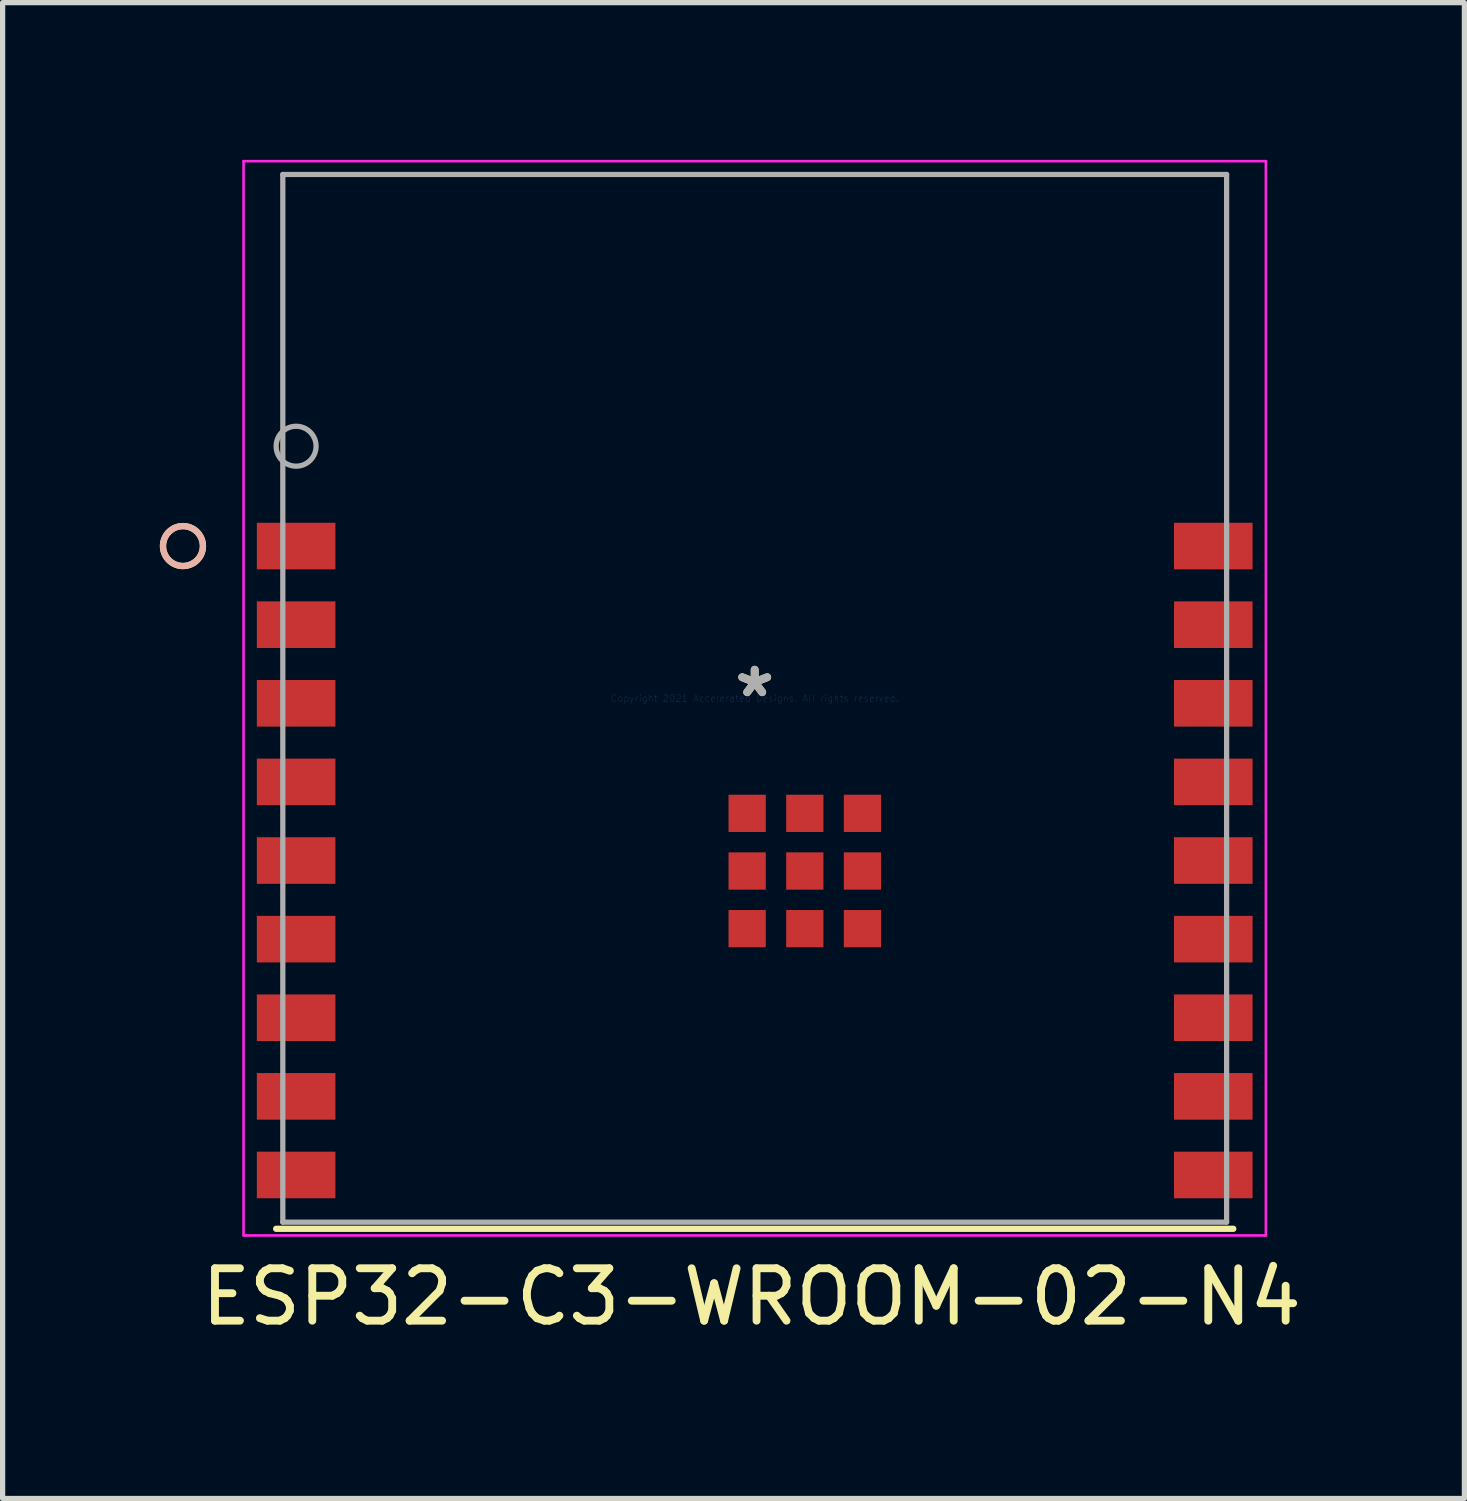
<source format=kicad_pcb>
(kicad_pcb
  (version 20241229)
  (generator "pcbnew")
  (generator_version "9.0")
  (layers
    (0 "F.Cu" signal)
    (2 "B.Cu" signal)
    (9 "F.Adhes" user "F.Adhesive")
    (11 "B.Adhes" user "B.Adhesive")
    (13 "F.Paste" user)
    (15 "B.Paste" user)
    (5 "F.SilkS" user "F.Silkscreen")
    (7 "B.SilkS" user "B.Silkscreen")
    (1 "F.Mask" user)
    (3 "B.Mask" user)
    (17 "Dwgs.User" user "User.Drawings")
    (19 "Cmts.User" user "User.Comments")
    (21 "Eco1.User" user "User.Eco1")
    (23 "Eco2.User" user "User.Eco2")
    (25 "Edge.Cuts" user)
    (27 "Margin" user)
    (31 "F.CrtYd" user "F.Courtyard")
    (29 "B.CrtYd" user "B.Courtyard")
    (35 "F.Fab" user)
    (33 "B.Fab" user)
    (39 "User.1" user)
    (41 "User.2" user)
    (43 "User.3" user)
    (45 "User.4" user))
  (footprint "ESP32-C3-WROOM-02-N4"
    (layer "F.Cu")
    (at 11.35 10.274)
    (property "Reference" "ESP32-C3-WROOM-02-N4" (at -0.06 11.42 0) (layer "F.SilkS") (effects (font (size 1 1) (thickness 0.15))))
    (attr smd)
    (fp_line (start -9.131 10.122) (end 9.131 10.122) (stroke (width 0.12) (type solid)) (layer "F.SilkS"))
    (fp_circle (center -10.909 -2.905) (end -10.528 -2.905) (stroke (width 0.12) (type solid)) (fill no) (layer "F.SilkS"))
    (fp_circle (center -10.909 -2.905) (end -10.528 -2.905) (stroke (width 0.12) (type solid)) (fill no) (layer "B.SilkS"))
    (fp_line (start -9.753 -10.249) (end -9.753 10.249) (stroke (width 0.05) (type solid)) (layer "F.CrtYd"))
    (fp_line (start -9.753 10.249) (end 9.753 10.249) (stroke (width 0.05) (type solid)) (layer "F.CrtYd"))
    (fp_line (start 9.753 -10.249) (end -9.753 -10.249) (stroke (width 0.05) (type solid)) (layer "F.CrtYd"))
    (fp_line (start 9.753 10.249) (end 9.753 -10.249) (stroke (width 0.05) (type solid)) (layer "F.CrtYd"))
    (fp_line (start -9.004 -9.995) (end -9.004 9.995) (stroke (width 0.1) (type solid)) (layer "F.Fab"))
    (fp_line (start -9.004 9.995) (end 9.004 9.995) (stroke (width 0.1) (type solid)) (layer "F.Fab"))
    (fp_line (start 9.004 -9.995) (end -9.004 -9.995) (stroke (width 0.1) (type solid)) (layer "F.Fab"))
    (fp_line (start 9.004 9.995) (end 9.004 -9.995) (stroke (width 0.1) (type solid)) (layer "F.Fab"))
    (fp_circle (center -8.75 -4.81) (end -8.369 -4.81) (stroke (width 0.1) (type solid)) (fill no) (layer "F.Fab"))
    (fp_text user "*" (at 0 0 0) (layer "F.SilkS") (effects (font (size 1 1) (thickness 0.15))))
    (fp_text user "Copyright 2021 Accelerated Designs. All rights reserved." (at 0 0 0) (layer "Cmts.User") (effects (font (size 0.127 0.127) (thickness 0.002))))
    (fp_text user "*" (at 0 0 0) (layer "F.Fab") (effects (font (size 1 1) (thickness 0.15))))
    (pad "1" smd rect (at -8.75 -2.905) (size 1.499 0.889) (layers "F.Cu" "F.Mask" "F.Paste"))
    (pad "2" smd rect (at -8.75 -1.405) (size 1.499 0.889) (layers "F.Cu" "F.Mask" "F.Paste"))
    (pad "3" smd rect (at -8.75 0.095) (size 1.499 0.889) (layers "F.Cu" "F.Mask" "F.Paste"))
    (pad "4" smd rect (at -8.75 1.595) (size 1.499 0.889) (layers "F.Cu" "F.Mask" "F.Paste"))
    (pad "5" smd rect (at -8.75 3.095) (size 1.499 0.889) (layers "F.Cu" "F.Mask" "F.Paste"))
    (pad "6" smd rect (at -8.75 4.595) (size 1.499 0.889) (layers "F.Cu" "F.Mask" "F.Paste"))
    (pad "7" smd rect (at -8.75 6.095) (size 1.499 0.889) (layers "F.Cu" "F.Mask" "F.Paste"))
    (pad "8" smd rect (at -8.75 7.595) (size 1.499 0.889) (layers "F.Cu" "F.Mask" "F.Paste"))
    (pad "9" smd rect (at -8.75 9.095) (size 1.499 0.889) (layers "F.Cu" "F.Mask" "F.Paste"))
    (pad "10" smd rect (at 8.75 9.095) (size 1.499 0.889) (layers "F.Cu" "F.Mask" "F.Paste"))
    (pad "11" smd rect (at 8.75 7.595) (size 1.499 0.889) (layers "F.Cu" "F.Mask" "F.Paste"))
    (pad "12" smd rect (at 8.75 6.095) (size 1.499 0.889) (layers "F.Cu" "F.Mask" "F.Paste"))
    (pad "13" smd rect (at 8.75 4.595) (size 1.499 0.889) (layers "F.Cu" "F.Mask" "F.Paste"))
    (pad "14" smd rect (at 8.75 3.095) (size 1.499 0.889) (layers "F.Cu" "F.Mask" "F.Paste"))
    (pad "15" smd rect (at 8.75 1.595) (size 1.499 0.889) (layers "F.Cu" "F.Mask" "F.Paste"))
    (pad "16" smd rect (at 8.75 0.095) (size 1.499 0.889) (layers "F.Cu" "F.Mask" "F.Paste"))
    (pad "17" smd rect (at 8.75 -1.405) (size 1.499 0.889) (layers "F.Cu" "F.Mask" "F.Paste"))
    (pad "18" smd rect (at 8.75 -2.905) (size 1.499 0.889) (layers "F.Cu" "F.Mask" "F.Paste"))
    (pad "19" smd rect (at -0.144 2.195) (size 0.711 0.711) (layers "F.Cu" "F.Mask" "F.Paste"))
    (pad "20" smd rect (at 0.956 2.195) (size 0.711 0.711) (layers "F.Cu" "F.Mask" "F.Paste"))
    (pad "21" smd rect (at 2.056 2.195) (size 0.711 0.711) (layers "F.Cu" "F.Mask" "F.Paste"))
    (pad "22" smd rect (at -0.144 3.295) (size 0.711 0.711) (layers "F.Cu" "F.Mask" "F.Paste"))
    (pad "23" smd rect (at 0.956 3.295) (size 0.711 0.711) (layers "F.Cu" "F.Mask" "F.Paste"))
    (pad "24" smd rect (at 2.056 3.295) (size 0.711 0.711) (layers "F.Cu" "F.Mask" "F.Paste"))
    (pad "25" smd rect (at -0.144 4.395) (size 0.711 0.711) (layers "F.Cu" "F.Mask" "F.Paste"))
    (pad "26" smd rect (at 0.956 4.395) (size 0.711 0.711) (layers "F.Cu" "F.Mask" "F.Paste"))
    (pad "27" smd rect (at 2.056 4.395) (size 0.711 0.711) (layers "F.Cu" "F.Mask" "F.Paste")))
  (gr_rect
    (start -3 -3)
    (end 24.891 25.542)
    (stroke (width 0.1) (type default))
    (fill no)
    (layer "Edge.Cuts")))
</source>
